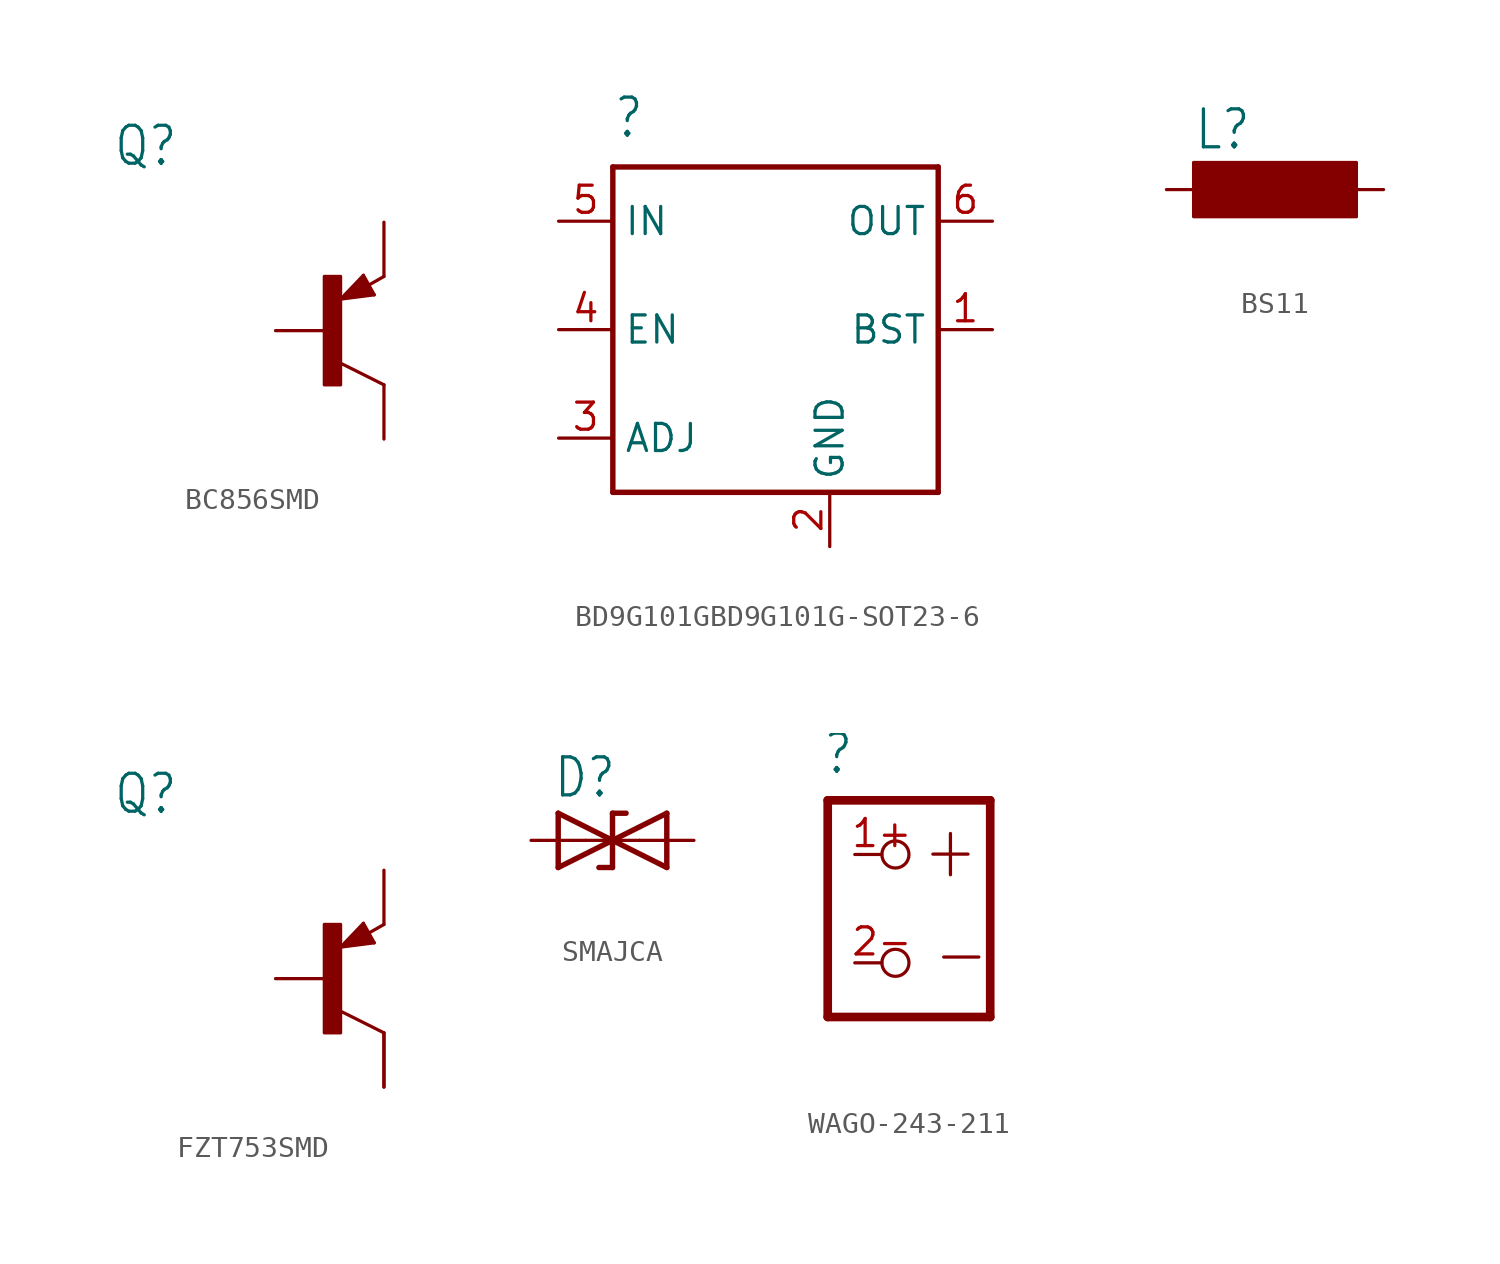
<source format=kicad_sym>
(kicad_symbol_lib
  (version 20231120)
  (generator "kicad_symbol_editor")
  (generator_version "8.99")
  (symbol "BC856SMD"
    (property "Reference" "Q"
      (at -10.16 7.62 0)
      (effects (font (size 1.778 1.511)) (justify left bottom)))
    (property "Value" ""
      (at -10.16 5.08 0)
      (effects (font (size 1.778 1.511)) (justify left bottom)))
    (property "ki_locked" ""
      (at 0 0 0)
      (effects (font (size 1.27 1.27))))
    (symbol "BC856SMD_1_0"
      (rectangle (start -0.254 -2.54) (end 0.508 2.54) (stroke (width 0) (type default)) (fill (type outline)))
      (polyline (pts (xy 0.516 1.478) (xy 2.086 1.678)) (stroke (width 0.152) (type solid)) (fill (type none)))
      (polyline (pts (xy 0.762 1.651) (xy 1.778 1.778)) (stroke (width 0.254) (type solid)) (fill (type none)))
      (polyline (pts (xy 1.143 1.905) (xy 1.524 1.905)) (stroke (width 0.254) (type solid)) (fill (type none)))
      (polyline (pts (xy 1.524 2.413) (xy 0.762 1.651)) (stroke (width 0.254) (type solid)) (fill (type none)))
      (polyline (pts (xy 1.524 2.159) (xy 1.143 1.905)) (stroke (width 0.254) (type solid)) (fill (type none)))
      (polyline (pts (xy 1.578 2.594) (xy 0.516 1.478)) (stroke (width 0.152) (type solid)) (fill (type none)))
      (polyline (pts (xy 1.778 1.778) (xy 1.524 2.159)) (stroke (width 0.254) (type solid)) (fill (type none)))
      (polyline (pts (xy 1.905 1.778) (xy 1.524 2.413)) (stroke (width 0.254) (type solid)) (fill (type none)))
      (polyline (pts (xy 2.086 1.678) (xy 1.578 2.594)) (stroke (width 0.152) (type solid)) (fill (type none)))
      (polyline (pts (xy 2.54 2.54) (xy 1.808 2.124)) (stroke (width 0.152) (type solid)) (fill (type none)))
      (polyline (pts (xy 2.54 -2.54) (xy 0.508 -1.524)) (stroke (width 0.152) (type solid)) (fill (type none)))
      (pin passive line (at -2.54 0 0) (length 2.54) (name "B" (effects (font (size 0 0)))) (number "B" (effects (font (size 0 0)))))
      (pin passive line (at 2.54 5.08 270) (length 2.54) (name "E" (effects (font (size 0 0)))) (number "E" (effects (font (size 0 0)))))
      (pin passive line (at 2.54 -5.08 90) (length 2.54) (name "C" (effects (font (size 0 0)))) (number "C" (effects (font (size 0 0)))))))
  (symbol "BD9G101GBD9G101G-SOT23-6"
    (property "Reference" ""
      (at -7.62 8.89 0)
      (effects (font (size 1.778 1.511)) (justify left bottom)))
    (property "Value" ""
      (at 10.16 -7.62 0)
      (effects (font (size 1.778 1.511)) (justify left bottom)))
    (property "ki_locked" ""
      (at 0 0 0)
      (effects (font (size 1.27 1.27))))
    (symbol "BD9G101GBD9G101G-SOT23-6_1_0"
      (polyline (pts (xy -7.62 7.62) (xy 7.62 7.62)) (stroke (width 0.254) (type solid)) (fill (type none)))
      (polyline (pts (xy -7.62 -7.62) (xy -7.62 7.62)) (stroke (width 0.254) (type solid)) (fill (type none)))
      (polyline (pts (xy 7.62 7.62) (xy 7.62 -7.62)) (stroke (width 0.254) (type solid)) (fill (type none)))
      (polyline (pts (xy 7.62 -7.62) (xy -7.62 -7.62)) (stroke (width 0.254) (type solid)) (fill (type none)))
      (pin input line (at -10.16 5.08 0) (length 2.54) (name "IN" (effects (font (size 1.27 1.27)))) (number "5" (effects (font (size 1.27 1.27)))))
      (pin input line (at -10.16 0 0) (length 2.54) (name "EN" (effects (font (size 1.27 1.27)))) (number "4" (effects (font (size 1.27 1.27)))))
      (pin passive line (at -10.16 -5.08 0) (length 2.54) (name "ADJ" (effects (font (size 1.27 1.27)))) (number "3" (effects (font (size 1.27 1.27)))))
      (pin power_in line (at 2.54 -10.16 90) (length 2.54) (name "GND" (effects (font (size 1.27 1.27)))) (number "2" (effects (font (size 1.27 1.27)))))
      (pin output line (at 10.16 5.08 180) (length 2.54) (name "OUT" (effects (font (size 1.27 1.27)))) (number "6" (effects (font (size 1.27 1.27)))))
      (pin output line (at 10.16 0 180) (length 2.54) (name "BST" (effects (font (size 1.27 1.27)))) (number "1" (effects (font (size 1.27 1.27)))))))
  (symbol "BS11"
    (property "Reference" "L"
      (at -3.81 1.778 0)
      (effects (font (size 1.778 1.511)) (justify left bottom)))
    (property "Value" ""
      (at -3.81 -3.556 0)
      (effects (font (size 1.778 1.511)) (justify left bottom)))
    (property "ki_locked" ""
      (at 0 0 0)
      (effects (font (size 1.27 1.27))))
    (symbol "BS11_1_0"
      (rectangle (start -3.81 -1.27) (end 3.81 1.27) (stroke (width 0) (type default)) (fill (type outline)))
      (pin passive line (at -5.08 0 0) (length 2.54) (name "1" (effects (font (size 0 0)))) (number "1" (effects (font (size 0 0)))))
      (pin passive line (at 5.08 0 180) (length 2.54) (name "2" (effects (font (size 0 0)))) (number "2" (effects (font (size 0 0)))))))
  (symbol "FZT753SMD"
    (property "Reference" "Q"
      (at -10.16 7.62 0)
      (effects (font (size 1.778 1.511)) (justify left bottom)))
    (property "Value" ""
      (at -10.16 5.08 0)
      (effects (font (size 1.778 1.511)) (justify left bottom)))
    (property "ki_locked" ""
      (at 0 0 0)
      (effects (font (size 1.27 1.27))))
    (symbol "FZT753SMD_1_0"
      (rectangle (start -0.254 -2.54) (end 0.508 2.54) (stroke (width 0) (type default)) (fill (type outline)))
      (polyline (pts (xy 0.516 1.478) (xy 2.086 1.678)) (stroke (width 0.152) (type solid)) (fill (type none)))
      (polyline (pts (xy 0.762 1.651) (xy 1.778 1.778)) (stroke (width 0.254) (type solid)) (fill (type none)))
      (polyline (pts (xy 1.143 1.905) (xy 1.524 1.905)) (stroke (width 0.254) (type solid)) (fill (type none)))
      (polyline (pts (xy 1.524 2.413) (xy 0.762 1.651)) (stroke (width 0.254) (type solid)) (fill (type none)))
      (polyline (pts (xy 1.524 2.159) (xy 1.143 1.905)) (stroke (width 0.254) (type solid)) (fill (type none)))
      (polyline (pts (xy 1.578 2.594) (xy 0.516 1.478)) (stroke (width 0.152) (type solid)) (fill (type none)))
      (polyline (pts (xy 1.778 1.778) (xy 1.524 2.159)) (stroke (width 0.254) (type solid)) (fill (type none)))
      (polyline (pts (xy 1.905 1.778) (xy 1.524 2.413)) (stroke (width 0.254) (type solid)) (fill (type none)))
      (polyline (pts (xy 2.086 1.678) (xy 1.578 2.594)) (stroke (width 0.152) (type solid)) (fill (type none)))
      (polyline (pts (xy 2.54 2.54) (xy 1.808 2.124)) (stroke (width 0.152) (type solid)) (fill (type none)))
      (polyline (pts (xy 2.54 -2.54) (xy 0.508 -1.524)) (stroke (width 0.152) (type solid)) (fill (type none)))
      (pin passive line (at -2.54 0 0) (length 2.54) (name "B" (effects (font (size 0 0)))) (number "1" (effects (font (size 0 0)))))
      (pin passive line (at 2.54 5.08 270) (length 2.54) (name "E" (effects (font (size 0 0)))) (number "3" (effects (font (size 0 0)))))
      (pin passive line (at 2.54 -5.08 90) (length 2.54) (name "C" (effects (font (size 0 0)))) (number "2" (effects (font (size 0 0)))))
      (pin passive line (at 2.54 -5.08 90) (length 2.54) (name "C" (effects (font (size 0 0)))) (number "4" (effects (font (size 0 0)))))))
  (symbol "SMAJCA"
    (property "Reference" "D"
      (at -1.524 1.905 0)
      (effects (font (size 1.778 1.511)) (justify left bottom)))
    (property "Value" ""
      (at -1.524 -3.429 0)
      (effects (font (size 1.778 1.511)) (justify left bottom)))
    (property "ki_locked" ""
      (at 0 0 0)
      (effects (font (size 1.27 1.27))))
    (symbol "SMAJCA_1_0"
      (polyline (pts (xy -1.27 1.27) (xy -1.27 -1.27)) (stroke (width 0.254) (type solid)) (fill (type none)))
      (polyline (pts (xy -1.27 -1.27) (xy 1.27 0)) (stroke (width 0.254) (type solid)) (fill (type none)))
      (polyline (pts (xy 0 0) (xy 1.27 0)) (stroke (width 0.152) (type solid)) (fill (type none)))
      (polyline (pts (xy 1.27 1.27) (xy 1.27 0)) (stroke (width 0.254) (type solid)) (fill (type none)))
      (polyline (pts (xy 1.27 0) (xy 3.81 1.27)) (stroke (width 0.254) (type solid)) (fill (type none)))
      (polyline (pts (xy 1.27 0) (xy -1.27 1.27)) (stroke (width 0.254) (type solid)) (fill (type none)))
      (polyline (pts (xy 1.27 0) (xy 2.54 0)) (stroke (width 0.152) (type solid)) (fill (type none)))
      (polyline (pts (xy 1.27 0) (xy 1.27 -1.27)) (stroke (width 0.254) (type solid)) (fill (type none)))
      (polyline (pts (xy 1.27 -1.27) (xy 0.635 -1.27)) (stroke (width 0.254) (type solid)) (fill (type none)))
      (polyline (pts (xy 1.905 1.27) (xy 1.27 1.27)) (stroke (width 0.254) (type solid)) (fill (type none)))
      (polyline (pts (xy 3.81 1.27) (xy 3.81 -1.27)) (stroke (width 0.254) (type solid)) (fill (type none)))
      (polyline (pts (xy 3.81 -1.27) (xy 1.27 0)) (stroke (width 0.254) (type solid)) (fill (type none)))
      (pin passive line (at -2.54 0 0) (length 2.54) (name "1" (effects (font (size 0 0)))) (number "A" (effects (font (size 0 0)))))
      (pin passive line (at 5.08 0 180) (length 2.54) (name "2" (effects (font (size 0 0)))) (number "C" (effects (font (size 0 0)))))))
  (symbol "WAGO-243-211"
    (property "Reference" ""
      (at -1.524 6.223 0)
      (effects (font (size 1.778 1.511)) (justify left bottom)))
    (property "Value" ""
      (at -1.27 -7.62 0)
      (effects (font (size 1.778 1.511)) (justify left bottom)))
    (property "ki_locked" ""
      (at 0 0 0)
      (effects (font (size 1.27 1.27))))
    (symbol "WAGO-243-211_1_0"
      (polyline (pts (xy -1.27 5.08) (xy -1.27 -5.08)) (stroke (width 0.406) (type solid)) (fill (type none)))
      (polyline (pts (xy -1.27 -5.08) (xy 6.35 -5.08)) (stroke (width 0.406) (type solid)) (fill (type none)))
      (polyline (pts (xy 6.35 5.08) (xy -1.27 5.08)) (stroke (width 0.406) (type solid)) (fill (type none)))
      (polyline (pts (xy 6.35 -5.08) (xy 6.35 5.08)) (stroke (width 0.406) (type solid)) (fill (type none)))
      (text "+" (at 3.048 1.27 0) (effects (font (size 2.54 2.159)) (justify left bottom)))
      (text "-" (at 3.556 -3.556 0) (effects (font (size 2.54 2.159)) (justify left bottom)))
      (pin passive inverted (at 0 2.54 0) (length 2.54) (name "1+" (effects (font (size 0 0)))) (number "1+" (effects (font (size 1.27 1.27)))))
      (pin passive inverted (at 0 -2.54 0) (length 2.54) (name "2-" (effects (font (size 0 0)))) (number "2-" (effects (font (size 1.27 1.27))))))))
</source>
